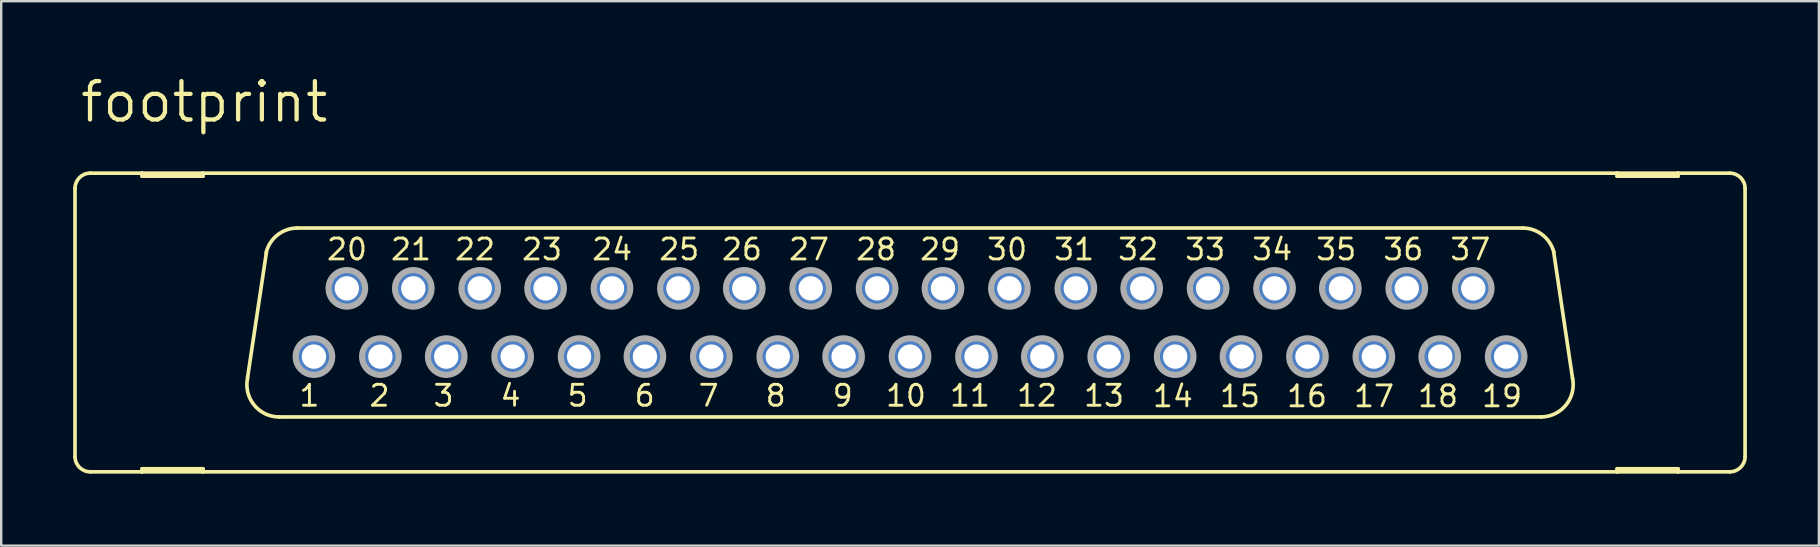
<source format=kicad_pcb>
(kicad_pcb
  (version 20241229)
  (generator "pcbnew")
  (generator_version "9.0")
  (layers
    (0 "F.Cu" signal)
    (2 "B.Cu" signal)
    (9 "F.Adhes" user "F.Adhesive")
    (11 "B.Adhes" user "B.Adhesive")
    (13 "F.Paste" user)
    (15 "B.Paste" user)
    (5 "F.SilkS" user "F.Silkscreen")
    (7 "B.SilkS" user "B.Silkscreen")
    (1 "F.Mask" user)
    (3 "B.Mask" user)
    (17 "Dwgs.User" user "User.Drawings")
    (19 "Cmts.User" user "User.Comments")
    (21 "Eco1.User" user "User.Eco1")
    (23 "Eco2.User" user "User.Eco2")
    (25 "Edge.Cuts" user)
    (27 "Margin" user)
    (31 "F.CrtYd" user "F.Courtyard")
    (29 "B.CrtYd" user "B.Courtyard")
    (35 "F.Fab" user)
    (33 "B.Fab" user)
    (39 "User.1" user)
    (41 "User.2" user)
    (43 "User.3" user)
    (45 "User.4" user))
  (footprint "footprint"
    (layer "F.Cu")
    (at 34.874 10.389)
    (property "Reference" "footprint" (at -34.671 -8.255 0) (layer "F.SilkS") (effects (font (size 1.6 1.6) (thickness 0.178)) (justify left bottom)))
    (fp_line (start -34.798 5.588) (end -34.798 -5.588) (stroke (width 0.152) (type solid)) (layer "F.SilkS"))
    (fp_line (start -34.163 6.223) (end -32.004 6.223) (stroke (width 0.152) (type solid)) (layer "F.SilkS"))
    (fp_line (start -32.004 -6.223) (end -34.163 -6.223) (stroke (width 0.152) (type solid)) (layer "F.SilkS"))
    (fp_line (start -32.004 -6.096) (end -32.004 -6.223) (stroke (width 0.152) (type solid)) (layer "F.SilkS"))
    (fp_line (start -32.004 6.096) (end -32.004 6.223) (stroke (width 0.152) (type solid)) (layer "F.SilkS"))
    (fp_line (start -32.004 6.223) (end -29.464 6.223) (stroke (width 0.152) (type solid)) (layer "F.SilkS"))
    (fp_line (start -29.464 -6.223) (end -32.004 -6.223) (stroke (width 0.152) (type solid)) (layer "F.SilkS"))
    (fp_line (start -29.464 -6.223) (end -29.464 -6.096) (stroke (width 0.152) (type solid)) (layer "F.SilkS"))
    (fp_line (start -29.464 -6.096) (end -32.004 -6.096) (stroke (width 0.152) (type solid)) (layer "F.SilkS"))
    (fp_line (start -29.464 6.096) (end -32.004 6.096) (stroke (width 0.152) (type solid)) (layer "F.SilkS"))
    (fp_line (start -29.464 6.223) (end -29.464 6.096) (stroke (width 0.152) (type solid)) (layer "F.SilkS"))
    (fp_line (start -29.464 6.223) (end 29.464 6.223) (stroke (width 0.152) (type solid)) (layer "F.SilkS"))
    (fp_line (start -27.61 2.311) (end -26.822 -2.921) (stroke (width 0.152) (type solid)) (layer "F.SilkS"))
    (fp_line (start 25.527 -3.937) (end -25.527 -3.937) (stroke (width 0.152) (type solid)) (layer "F.SilkS"))
    (fp_line (start 26.289 3.937) (end -26.289 3.937) (stroke (width 0.152) (type solid)) (layer "F.SilkS"))
    (fp_line (start 26.822 -2.946) (end 27.61 2.337) (stroke (width 0.152) (type solid)) (layer "F.SilkS"))
    (fp_line (start 29.464 -6.223) (end -29.464 -6.223) (stroke (width 0.152) (type solid)) (layer "F.SilkS"))
    (fp_line (start 29.464 -6.096) (end 29.464 -6.223) (stroke (width 0.152) (type solid)) (layer "F.SilkS"))
    (fp_line (start 29.464 6.096) (end 29.464 6.223) (stroke (width 0.152) (type solid)) (layer "F.SilkS"))
    (fp_line (start 29.464 6.223) (end 32.004 6.223) (stroke (width 0.152) (type solid)) (layer "F.SilkS"))
    (fp_line (start 32.004 -6.223) (end 29.464 -6.223) (stroke (width 0.152) (type solid)) (layer "F.SilkS"))
    (fp_line (start 32.004 -6.223) (end 32.004 -6.096) (stroke (width 0.152) (type solid)) (layer "F.SilkS"))
    (fp_line (start 32.004 -6.096) (end 29.464 -6.096) (stroke (width 0.152) (type solid)) (layer "F.SilkS"))
    (fp_line (start 32.004 6.096) (end 29.464 6.096) (stroke (width 0.152) (type solid)) (layer "F.SilkS"))
    (fp_line (start 32.004 6.223) (end 32.004 6.096) (stroke (width 0.152) (type solid)) (layer "F.SilkS"))
    (fp_line (start 32.004 6.223) (end 34.163 6.223) (stroke (width 0.152) (type solid)) (layer "F.SilkS"))
    (fp_line (start 34.163 -6.223) (end 32.004 -6.223) (stroke (width 0.152) (type solid)) (layer "F.SilkS"))
    (fp_line (start 34.798 5.588) (end 34.798 -5.588) (stroke (width 0.152) (type solid)) (layer "F.SilkS"))
    (fp_arc (start -34.798 -5.588) (mid -34.612013 -6.037013) (end -34.163 -6.223) (stroke (width 0.1524) (type solid)) (layer "F.SilkS"))
    (fp_arc (start -34.163 6.223) (mid -34.612013 6.037013) (end -34.798 5.588) (stroke (width 0.1524) (type solid)) (layer "F.SilkS"))
    (fp_arc (start -26.8357 -2.905) (mid -26.360255 -3.647874) (end -25.526999 -3.936999) (stroke (width 0.1524) (type solid)) (layer "F.SilkS"))
    (fp_arc (start -26.288998 3.937) (mid -27.337555 3.435185) (end -27.6045 2.3038) (stroke (width 0.1524) (type solid)) (layer "F.SilkS"))
    (fp_arc (start 25.527 -3.937) (mid 26.3505 -3.655745) (end 26.8299 -2.9295) (stroke (width 0.1524) (type solid)) (layer "F.SilkS"))
    (fp_arc (start 27.6091 2.3268) (mid 27.330082 3.444284) (end 26.289 3.937) (stroke (width 0.1524) (type solid)) (layer "F.SilkS"))
    (fp_arc (start 34.163 -6.223) (mid 34.612013 -6.037013) (end 34.798 -5.588) (stroke (width 0.1524) (type solid)) (layer "F.SilkS"))
    (fp_arc (start 34.798 5.588) (mid 34.612013 6.037013) (end 34.163 6.223) (stroke (width 0.1524) (type solid)) (layer "F.SilkS"))
    (fp_circle (center -24.841 1.422) (end -24.079 1.422) (stroke (width 0.254) (type solid)) (fill no) (layer "F.Fab"))
    (fp_circle (center -23.47 -1.422) (end -22.708 -1.422) (stroke (width 0.254) (type solid)) (fill no) (layer "F.Fab"))
    (fp_circle (center -22.073 1.422) (end -21.311 1.422) (stroke (width 0.254) (type solid)) (fill no) (layer "F.Fab"))
    (fp_circle (center -20.701 -1.422) (end -19.939 -1.422) (stroke (width 0.254) (type solid)) (fill no) (layer "F.Fab"))
    (fp_circle (center -19.329 1.422) (end -18.567 1.422) (stroke (width 0.254) (type solid)) (fill no) (layer "F.Fab"))
    (fp_circle (center -17.932 -1.422) (end -17.17 -1.422) (stroke (width 0.254) (type solid)) (fill no) (layer "F.Fab"))
    (fp_circle (center -16.561 1.422) (end -15.799 1.422) (stroke (width 0.254) (type solid)) (fill no) (layer "F.Fab"))
    (fp_circle (center -15.189 -1.422) (end -14.427 -1.422) (stroke (width 0.254) (type solid)) (fill no) (layer "F.Fab"))
    (fp_circle (center -13.792 1.422) (end -13.03 1.422) (stroke (width 0.254) (type solid)) (fill no) (layer "F.Fab"))
    (fp_circle (center -12.421 -1.422) (end -11.659 -1.422) (stroke (width 0.254) (type solid)) (fill no) (layer "F.Fab"))
    (fp_circle (center -11.049 1.422) (end -10.287 1.422) (stroke (width 0.254) (type solid)) (fill no) (layer "F.Fab"))
    (fp_circle (center -9.652 -1.422) (end -8.89 -1.422) (stroke (width 0.254) (type solid)) (fill no) (layer "F.Fab"))
    (fp_circle (center -8.28 1.422) (end -7.518 1.422) (stroke (width 0.254) (type solid)) (fill no) (layer "F.Fab"))
    (fp_circle (center -6.909 -1.422) (end -6.147 -1.422) (stroke (width 0.254) (type solid)) (fill no) (layer "F.Fab"))
    (fp_circle (center -5.512 1.422) (end -4.75 1.422) (stroke (width 0.254) (type solid)) (fill no) (layer "F.Fab"))
    (fp_circle (center -4.14 -1.422) (end -3.378 -1.422) (stroke (width 0.254) (type solid)) (fill no) (layer "F.Fab"))
    (fp_circle (center -2.769 1.422) (end -2.007 1.422) (stroke (width 0.254) (type solid)) (fill no) (layer "F.Fab"))
    (fp_circle (center -1.372 -1.422) (end -0.61 -1.422) (stroke (width 0.254) (type solid)) (fill no) (layer "F.Fab"))
    (fp_circle (center 0 1.422) (end 0.762 1.422) (stroke (width 0.254) (type solid)) (fill no) (layer "F.Fab"))
    (fp_circle (center 1.372 -1.422) (end 2.134 -1.422) (stroke (width 0.254) (type solid)) (fill no) (layer "F.Fab"))
    (fp_circle (center 2.769 1.422) (end 3.531 1.422) (stroke (width 0.254) (type solid)) (fill no) (layer "F.Fab"))
    (fp_circle (center 4.14 -1.422) (end 4.902 -1.422) (stroke (width 0.254) (type solid)) (fill no) (layer "F.Fab"))
    (fp_circle (center 5.512 1.422) (end 6.274 1.422) (stroke (width 0.254) (type solid)) (fill no) (layer "F.Fab"))
    (fp_circle (center 6.909 -1.422) (end 7.671 -1.422) (stroke (width 0.254) (type solid)) (fill no) (layer "F.Fab"))
    (fp_circle (center 8.28 1.422) (end 9.042 1.422) (stroke (width 0.254) (type solid)) (fill no) (layer "F.Fab"))
    (fp_circle (center 9.652 -1.422) (end 10.414 -1.422) (stroke (width 0.254) (type solid)) (fill no) (layer "F.Fab"))
    (fp_circle (center 11.049 1.422) (end 11.811 1.422) (stroke (width 0.254) (type solid)) (fill no) (layer "F.Fab"))
    (fp_circle (center 12.421 -1.422) (end 13.183 -1.422) (stroke (width 0.254) (type solid)) (fill no) (layer "F.Fab"))
    (fp_circle (center 13.792 1.422) (end 14.554 1.422) (stroke (width 0.254) (type solid)) (fill no) (layer "F.Fab"))
    (fp_circle (center 15.189 -1.422) (end 15.951 -1.422) (stroke (width 0.254) (type solid)) (fill no) (layer "F.Fab"))
    (fp_circle (center 16.561 1.422) (end 17.323 1.422) (stroke (width 0.254) (type solid)) (fill no) (layer "F.Fab"))
    (fp_circle (center 17.932 -1.422) (end 18.694 -1.422) (stroke (width 0.254) (type solid)) (fill no) (layer "F.Fab"))
    (fp_circle (center 19.329 1.422) (end 20.091 1.422) (stroke (width 0.254) (type solid)) (fill no) (layer "F.Fab"))
    (fp_circle (center 20.701 -1.422) (end 21.463 -1.422) (stroke (width 0.254) (type solid)) (fill no) (layer "F.Fab"))
    (fp_circle (center 22.073 1.422) (end 22.835 1.422) (stroke (width 0.254) (type solid)) (fill no) (layer "F.Fab"))
    (fp_circle (center 23.47 -1.422) (end 24.232 -1.422) (stroke (width 0.254) (type solid)) (fill no) (layer "F.Fab"))
    (fp_circle (center 24.841 1.422) (end 25.603 1.422) (stroke (width 0.254) (type solid)) (fill no) (layer "F.Fab"))
    (fp_text user "13" (at 8.992 2.54 0) (layer "F.SilkS") (effects (font (size 0.872 0.872) (thickness 0.119)) (justify right top)))
    (fp_text user "30" (at 4.953 -3.556 0) (layer "F.SilkS") (effects (font (size 0.872 0.872) (thickness 0.119)) (justify right top)))
    (fp_text user "3" (at -18.948 2.54 0) (layer "F.SilkS") (effects (font (size 0.872 0.872) (thickness 0.119)) (justify right top)))
    (fp_text user "24" (at -11.506 -3.556 0) (layer "F.SilkS") (effects (font (size 0.872 0.872) (thickness 0.119)) (justify right top)))
    (fp_text user "17" (at 20.244 2.565 0) (layer "F.SilkS") (effects (font (size 0.872 0.872) (thickness 0.119)) (justify right top)))
    (fp_text user "21" (at -19.888 -3.556 0) (layer "F.SilkS") (effects (font (size 0.872 0.872) (thickness 0.119)) (justify right top)))
    (fp_text user "29" (at 2.159 -3.556 0) (layer "F.SilkS") (effects (font (size 0.872 0.872) (thickness 0.119)) (justify right top)))
    (fp_text user "18" (at 22.911 2.565 0) (layer "F.SilkS") (effects (font (size 0.872 0.872) (thickness 0.119)) (justify right top)))
    (fp_text user "1" (at -24.536 2.54 0) (layer "F.SilkS") (effects (font (size 0.872 0.872) (thickness 0.119)) (justify right top)))
    (fp_text user "35" (at 18.669 -3.556 0) (layer "F.SilkS") (effects (font (size 0.872 0.872) (thickness 0.119)) (justify right top)))
    (fp_text user "37" (at 24.257 -3.556 0) (layer "F.SilkS") (effects (font (size 0.872 0.872) (thickness 0.119)) (justify right top)))
    (fp_text user "25" (at -8.712 -3.556 0) (layer "F.SilkS") (effects (font (size 0.872 0.872) (thickness 0.119)) (justify right top)))
    (fp_text user "33" (at 13.208 -3.556 0) (layer "F.SilkS") (effects (font (size 0.872 0.872) (thickness 0.119)) (justify right top)))
    (fp_text user "6" (at -10.566 2.54 0) (layer "F.SilkS") (effects (font (size 0.872 0.872) (thickness 0.119)) (justify right top)))
    (fp_text user "12" (at 6.198 2.54 0) (layer "F.SilkS") (effects (font (size 0.872 0.872) (thickness 0.119)) (justify right top)))
    (fp_text user "31" (at 7.747 -3.556 0) (layer "F.SilkS") (effects (font (size 0.872 0.872) (thickness 0.119)) (justify right top)))
    (fp_text user "32" (at 10.414 -3.556 0) (layer "F.SilkS") (effects (font (size 0.872 0.872) (thickness 0.119)) (justify right top)))
    (fp_text user "34" (at 16.002 -3.556 0) (layer "F.SilkS") (effects (font (size 0.872 0.872) (thickness 0.119)) (justify right top)))
    (fp_text user "4" (at -16.154 2.54 0) (layer "F.SilkS") (effects (font (size 0.872 0.872) (thickness 0.119)) (justify right top)))
    (fp_text user "16" (at 17.45 2.565 0) (layer "F.SilkS") (effects (font (size 0.872 0.872) (thickness 0.119)) (justify right top)))
    (fp_text user "19" (at 25.578 2.565 0) (layer "F.SilkS") (effects (font (size 0.872 0.872) (thickness 0.119)) (justify right top)))
    (fp_text user "8" (at -5.105 2.54 0) (layer "F.SilkS") (effects (font (size 0.872 0.872) (thickness 0.119)) (justify right top)))
    (fp_text user "28" (at -0.508 -3.556 0) (layer "F.SilkS") (effects (font (size 0.872 0.872) (thickness 0.119)) (justify right top)))
    (fp_text user "11" (at 3.404 2.54 0) (layer "F.SilkS") (effects (font (size 0.872 0.872) (thickness 0.119)) (justify right top)))
    (fp_text user "15" (at 14.656 2.565 0) (layer "F.SilkS") (effects (font (size 0.872 0.872) (thickness 0.119)) (justify right top)))
    (fp_text user "36" (at 21.463 -3.556 0) (layer "F.SilkS") (effects (font (size 0.872 0.872) (thickness 0.119)) (justify right top)))
    (fp_text user "27" (at -3.302 -3.556 0) (layer "F.SilkS") (effects (font (size 0.872 0.872) (thickness 0.119)) (justify right top)))
    (fp_text user "26" (at -6.096 -3.556 0) (layer "F.SilkS") (effects (font (size 0.872 0.872) (thickness 0.119)) (justify right top)))
    (fp_text user "9" (at -2.311 2.54 0) (layer "F.SilkS") (effects (font (size 0.872 0.872) (thickness 0.119)) (justify right top)))
    (fp_text user "2" (at -21.615 2.54 0) (layer "F.SilkS") (effects (font (size 0.872 0.872) (thickness 0.119)) (justify right top)))
    (fp_text user "5" (at -13.36 2.54 0) (layer "F.SilkS") (effects (font (size 0.872 0.872) (thickness 0.119)) (justify right top)))
    (fp_text user "23" (at -14.427 -3.556 0) (layer "F.SilkS") (effects (font (size 0.872 0.872) (thickness 0.119)) (justify right top)))
    (fp_text user "20" (at -22.555 -3.556 0) (layer "F.SilkS") (effects (font (size 0.872 0.872) (thickness 0.119)) (justify right top)))
    (fp_text user "22" (at -17.221 -3.556 0) (layer "F.SilkS") (effects (font (size 0.872 0.872) (thickness 0.119)) (justify right top)))
    (fp_text user "14" (at 11.862 2.565 0) (layer "F.SilkS") (effects (font (size 0.872 0.872) (thickness 0.119)) (justify right top)))
    (fp_text user "10" (at 0.737 2.54 0) (layer "F.SilkS") (effects (font (size 0.872 0.872) (thickness 0.119)) (justify right top)))
    (fp_text user "7" (at -7.899 2.54 0) (layer "F.SilkS") (effects (font (size 0.872 0.872) (thickness 0.119)) (justify right top)))
    (pad "1" thru_hole roundrect (at -24.841 1.422) (size 1.524 1.524) (drill 1.016) (layers "*.Cu" "*.Mask") (roundrect_rratio 0.25) (chamfer_ratio 0.25) (chamfer top_left top_right bottom_left bottom_right))
    (pad "2" thru_hole roundrect (at -22.073 1.422) (size 1.524 1.524) (drill 1.016) (layers "*.Cu" "*.Mask") (roundrect_rratio 0.25) (chamfer_ratio 0.25) (chamfer top_left top_right bottom_left bottom_right))
    (pad "3" thru_hole roundrect (at -19.329 1.422) (size 1.524 1.524) (drill 1.016) (layers "*.Cu" "*.Mask") (roundrect_rratio 0.25) (chamfer_ratio 0.25) (chamfer top_left top_right bottom_left bottom_right))
    (pad "4" thru_hole roundrect (at -16.561 1.422) (size 1.524 1.524) (drill 1.016) (layers "*.Cu" "*.Mask") (roundrect_rratio 0.25) (chamfer_ratio 0.25) (chamfer top_left top_right bottom_left bottom_right))
    (pad "5" thru_hole roundrect (at -13.792 1.422) (size 1.524 1.524) (drill 1.016) (layers "*.Cu" "*.Mask") (roundrect_rratio 0.25) (chamfer_ratio 0.25) (chamfer top_left top_right bottom_left bottom_right))
    (pad "6" thru_hole roundrect (at -11.049 1.422) (size 1.524 1.524) (drill 1.016) (layers "*.Cu" "*.Mask") (roundrect_rratio 0.25) (chamfer_ratio 0.25) (chamfer top_left top_right bottom_left bottom_right))
    (pad "7" thru_hole roundrect (at -8.28 1.422) (size 1.524 1.524) (drill 1.016) (layers "*.Cu" "*.Mask") (roundrect_rratio 0.25) (chamfer_ratio 0.25) (chamfer top_left top_right bottom_left bottom_right))
    (pad "8" thru_hole roundrect (at -5.512 1.422) (size 1.524 1.524) (drill 1.016) (layers "*.Cu" "*.Mask") (roundrect_rratio 0.25) (chamfer_ratio 0.25) (chamfer top_left top_right bottom_left bottom_right))
    (pad "9" thru_hole roundrect (at -2.769 1.422) (size 1.524 1.524) (drill 1.016) (layers "*.Cu" "*.Mask") (roundrect_rratio 0.25) (chamfer_ratio 0.25) (chamfer top_left top_right bottom_left bottom_right))
    (pad "10" thru_hole roundrect (at 0 1.422) (size 1.524 1.524) (drill 1.016) (layers "*.Cu" "*.Mask") (roundrect_rratio 0.25) (chamfer_ratio 0.25) (chamfer top_left top_right bottom_left bottom_right))
    (pad "11" thru_hole roundrect (at 2.769 1.422) (size 1.524 1.524) (drill 1.016) (layers "*.Cu" "*.Mask") (roundrect_rratio 0.25) (chamfer_ratio 0.25) (chamfer top_left top_right bottom_left bottom_right))
    (pad "12" thru_hole roundrect (at 5.512 1.422) (size 1.524 1.524) (drill 1.016) (layers "*.Cu" "*.Mask") (roundrect_rratio 0.25) (chamfer_ratio 0.25) (chamfer top_left top_right bottom_left bottom_right))
    (pad "13" thru_hole roundrect (at 8.28 1.422) (size 1.524 1.524) (drill 1.016) (layers "*.Cu" "*.Mask") (roundrect_rratio 0.25) (chamfer_ratio 0.25) (chamfer top_left top_right bottom_left bottom_right))
    (pad "14" thru_hole roundrect (at 11.049 1.422) (size 1.524 1.524) (drill 1.016) (layers "*.Cu" "*.Mask") (roundrect_rratio 0.25) (chamfer_ratio 0.25) (chamfer top_left top_right bottom_left bottom_right))
    (pad "15" thru_hole roundrect (at 13.818 1.422) (size 1.524 1.524) (drill 1.016) (layers "*.Cu" "*.Mask") (roundrect_rratio 0.25) (chamfer_ratio 0.25) (chamfer top_left top_right bottom_left bottom_right))
    (pad "16" thru_hole roundrect (at 16.561 1.422) (size 1.524 1.524) (drill 1.016) (layers "*.Cu" "*.Mask") (roundrect_rratio 0.25) (chamfer_ratio 0.25) (chamfer top_left top_right bottom_left bottom_right))
    (pad "17" thru_hole roundrect (at 19.329 1.422) (size 1.524 1.524) (drill 1.016) (layers "*.Cu" "*.Mask") (roundrect_rratio 0.25) (chamfer_ratio 0.25) (chamfer top_left top_right bottom_left bottom_right))
    (pad "18" thru_hole roundrect (at 22.098 1.422) (size 1.524 1.524) (drill 1.016) (layers "*.Cu" "*.Mask") (roundrect_rratio 0.25) (chamfer_ratio 0.25) (chamfer top_left top_right bottom_left bottom_right))
    (pad "19" thru_hole roundrect (at 24.841 1.422) (size 1.524 1.524) (drill 1.016) (layers "*.Cu" "*.Mask") (roundrect_rratio 0.25) (chamfer_ratio 0.25) (chamfer top_left top_right bottom_left bottom_right))
    (pad "20" thru_hole roundrect (at -23.47 -1.422) (size 1.524 1.524) (drill 1.016) (layers "*.Cu" "*.Mask") (roundrect_rratio 0.25) (chamfer_ratio 0.25) (chamfer top_left top_right bottom_left bottom_right))
    (pad "21" thru_hole roundrect (at -20.701 -1.422) (size 1.524 1.524) (drill 1.016) (layers "*.Cu" "*.Mask") (roundrect_rratio 0.25) (chamfer_ratio 0.25) (chamfer top_left top_right bottom_left bottom_right))
    (pad "22" thru_hole roundrect (at -17.932 -1.422) (size 1.524 1.524) (drill 1.016) (layers "*.Cu" "*.Mask") (roundrect_rratio 0.25) (chamfer_ratio 0.25) (chamfer top_left top_right bottom_left bottom_right))
    (pad "23" thru_hole roundrect (at -15.189 -1.422) (size 1.524 1.524) (drill 1.016) (layers "*.Cu" "*.Mask") (roundrect_rratio 0.25) (chamfer_ratio 0.25) (chamfer top_left top_right bottom_left bottom_right))
    (pad "24" thru_hole roundrect (at -12.421 -1.422) (size 1.524 1.524) (drill 1.016) (layers "*.Cu" "*.Mask") (roundrect_rratio 0.25) (chamfer_ratio 0.25) (chamfer top_left top_right bottom_left bottom_right))
    (pad "25" thru_hole roundrect (at -9.652 -1.422) (size 1.524 1.524) (drill 1.016) (layers "*.Cu" "*.Mask") (roundrect_rratio 0.25) (chamfer_ratio 0.25) (chamfer top_left top_right bottom_left bottom_right))
    (pad "26" thru_hole roundrect (at -6.909 -1.422) (size 1.524 1.524) (drill 1.016) (layers "*.Cu" "*.Mask") (roundrect_rratio 0.25) (chamfer_ratio 0.25) (chamfer top_left top_right bottom_left bottom_right))
    (pad "27" thru_hole roundrect (at -4.14 -1.422) (size 1.524 1.524) (drill 1.016) (layers "*.Cu" "*.Mask") (roundrect_rratio 0.25) (chamfer_ratio 0.25) (chamfer top_left top_right bottom_left bottom_right))
    (pad "28" thru_hole roundrect (at -1.372 -1.422) (size 1.524 1.524) (drill 1.016) (layers "*.Cu" "*.Mask") (roundrect_rratio 0.25) (chamfer_ratio 0.25) (chamfer top_left top_right bottom_left bottom_right))
    (pad "29" thru_hole roundrect (at 1.372 -1.422) (size 1.524 1.524) (drill 1.016) (layers "*.Cu" "*.Mask") (roundrect_rratio 0.25) (chamfer_ratio 0.25) (chamfer top_left top_right bottom_left bottom_right))
    (pad "30" thru_hole roundrect (at 4.14 -1.422) (size 1.524 1.524) (drill 1.016) (layers "*.Cu" "*.Mask") (roundrect_rratio 0.25) (chamfer_ratio 0.25) (chamfer top_left top_right bottom_left bottom_right))
    (pad "31" thru_hole roundrect (at 6.909 -1.422) (size 1.524 1.524) (drill 1.016) (layers "*.Cu" "*.Mask") (roundrect_rratio 0.25) (chamfer_ratio 0.25) (chamfer top_left top_right bottom_left bottom_right))
    (pad "32" thru_hole roundrect (at 9.677 -1.422) (size 1.524 1.524) (drill 1.016) (layers "*.Cu" "*.Mask") (roundrect_rratio 0.25) (chamfer_ratio 0.25) (chamfer top_left top_right bottom_left bottom_right))
    (pad "33" thru_hole roundrect (at 12.421 -1.422) (size 1.524 1.524) (drill 1.016) (layers "*.Cu" "*.Mask") (roundrect_rratio 0.25) (chamfer_ratio 0.25) (chamfer top_left top_right bottom_left bottom_right))
    (pad "34" thru_hole roundrect (at 15.189 -1.422) (size 1.524 1.524) (drill 1.016) (layers "*.Cu" "*.Mask") (roundrect_rratio 0.25) (chamfer_ratio 0.25) (chamfer top_left top_right bottom_left bottom_right))
    (pad "35" thru_hole roundrect (at 17.958 -1.422) (size 1.524 1.524) (drill 1.016) (layers "*.Cu" "*.Mask") (roundrect_rratio 0.25) (chamfer_ratio 0.25) (chamfer top_left top_right bottom_left bottom_right))
    (pad "36" thru_hole roundrect (at 20.701 -1.422) (size 1.524 1.524) (drill 1.016) (layers "*.Cu" "*.Mask") (roundrect_rratio 0.25) (chamfer_ratio 0.25) (chamfer top_left top_right bottom_left bottom_right))
    (pad "37" thru_hole roundrect (at 23.47 -1.422) (size 1.524 1.524) (drill 1.016) (layers "*.Cu" "*.Mask") (roundrect_rratio 0.25) (chamfer_ratio 0.25) (chamfer top_left top_right bottom_left bottom_right)))
  (gr_rect
    (start -3 -3)
    (end 72.748 19.688)
    (stroke (width 0.1) (type default))
    (fill no)
    (layer "Edge.Cuts")))
</source>
